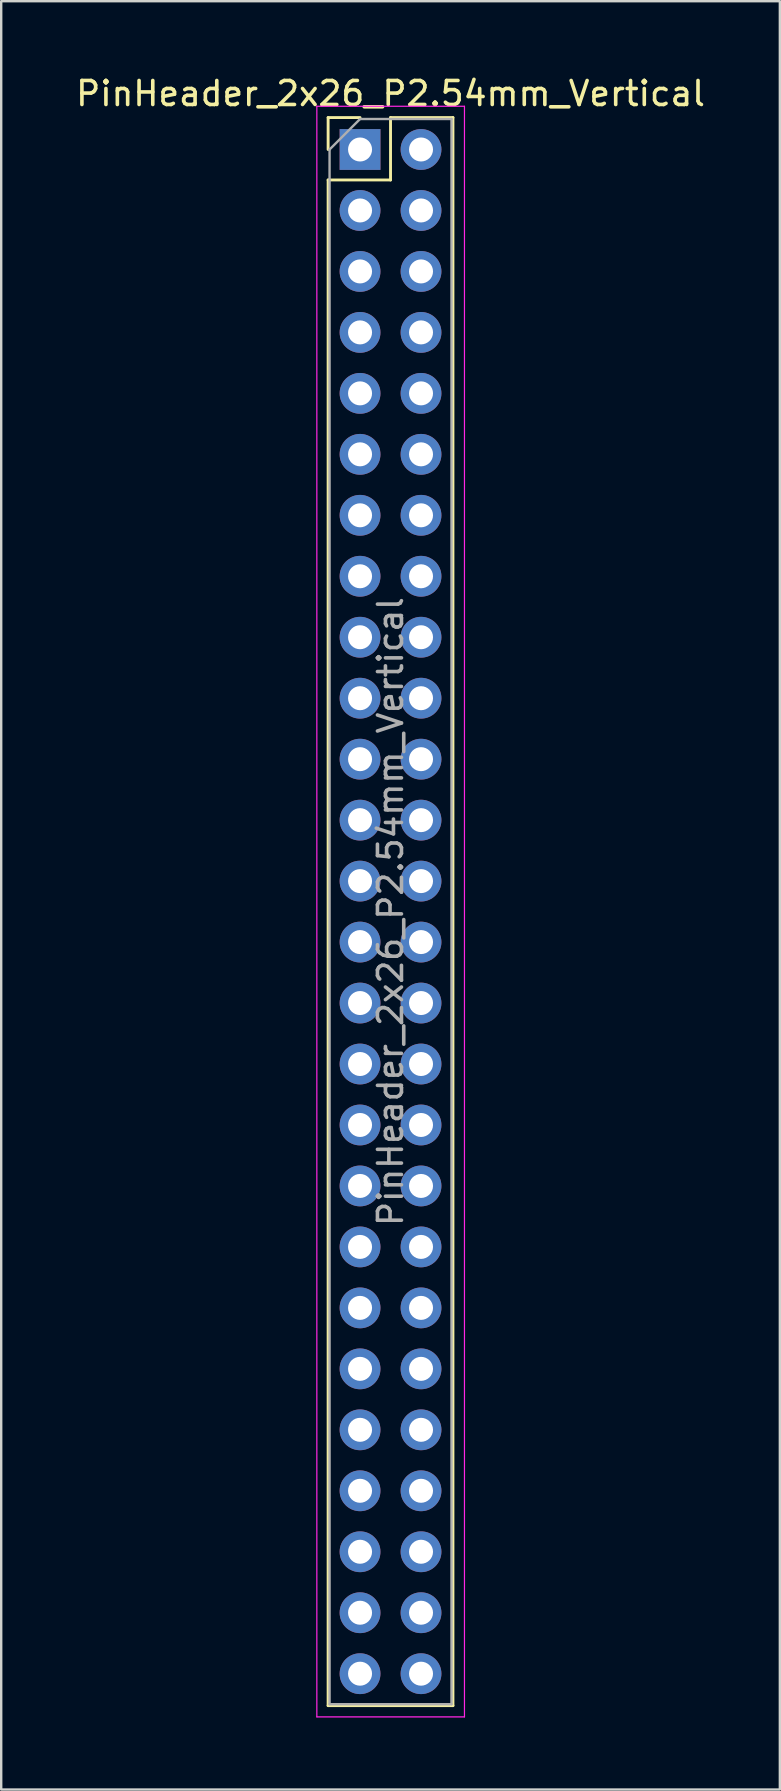
<source format=kicad_pcb>
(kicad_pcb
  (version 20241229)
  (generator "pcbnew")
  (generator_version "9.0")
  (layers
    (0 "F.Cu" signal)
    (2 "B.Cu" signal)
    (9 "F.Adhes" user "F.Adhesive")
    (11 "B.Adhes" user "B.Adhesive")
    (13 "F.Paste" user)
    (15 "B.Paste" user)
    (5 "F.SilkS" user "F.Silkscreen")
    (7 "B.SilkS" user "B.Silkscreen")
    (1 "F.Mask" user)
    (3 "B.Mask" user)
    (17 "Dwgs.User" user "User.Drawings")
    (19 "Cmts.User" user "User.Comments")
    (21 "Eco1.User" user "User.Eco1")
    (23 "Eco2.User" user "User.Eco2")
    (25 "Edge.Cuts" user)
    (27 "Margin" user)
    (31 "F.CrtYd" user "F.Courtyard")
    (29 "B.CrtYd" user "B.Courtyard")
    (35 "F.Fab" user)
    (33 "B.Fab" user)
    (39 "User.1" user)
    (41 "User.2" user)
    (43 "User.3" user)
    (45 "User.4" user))
  (footprint "PinHeader_2x26_P2.54mm_Vertical"
    (layer "F.Cu")
    (at 11.95 3.178)
    (property "Reference" "PinHeader_2x26_P2.54mm_Vertical" (at 1.27 -2.33 0) (layer "F.SilkS") (effects (font (size 1 1) (thickness 0.15))))
    (attr through_hole)
    (fp_line (start -1.33 -1.33) (end 0 -1.33) (stroke (width 0.12) (type solid)) (layer "F.SilkS"))
    (fp_line (start -1.33 0) (end -1.33 -1.33) (stroke (width 0.12) (type solid)) (layer "F.SilkS"))
    (fp_line (start -1.33 1.27) (end -1.33 64.83) (stroke (width 0.12) (type solid)) (layer "F.SilkS"))
    (fp_line (start -1.33 1.27) (end 1.27 1.27) (stroke (width 0.12) (type solid)) (layer "F.SilkS"))
    (fp_line (start -1.33 64.83) (end 3.87 64.83) (stroke (width 0.12) (type solid)) (layer "F.SilkS"))
    (fp_line (start 1.27 -1.33) (end 3.87 -1.33) (stroke (width 0.12) (type solid)) (layer "F.SilkS"))
    (fp_line (start 1.27 1.27) (end 1.27 -1.33) (stroke (width 0.12) (type solid)) (layer "F.SilkS"))
    (fp_line (start 3.87 -1.33) (end 3.87 64.83) (stroke (width 0.12) (type solid)) (layer "F.SilkS"))
    (fp_line (start -1.8 -1.8) (end -1.8 65.3) (stroke (width 0.05) (type solid)) (layer "F.CrtYd"))
    (fp_line (start -1.8 65.3) (end 4.35 65.3) (stroke (width 0.05) (type solid)) (layer "F.CrtYd"))
    (fp_line (start 4.35 -1.8) (end -1.8 -1.8) (stroke (width 0.05) (type solid)) (layer "F.CrtYd"))
    (fp_line (start 4.35 65.3) (end 4.35 -1.8) (stroke (width 0.05) (type solid)) (layer "F.CrtYd"))
    (fp_line (start -1.27 0) (end 0 -1.27) (stroke (width 0.1) (type solid)) (layer "F.Fab"))
    (fp_line (start -1.27 64.77) (end -1.27 0) (stroke (width 0.1) (type solid)) (layer "F.Fab"))
    (fp_line (start 0 -1.27) (end 3.81 -1.27) (stroke (width 0.1) (type solid)) (layer "F.Fab"))
    (fp_line (start 3.81 -1.27) (end 3.81 64.77) (stroke (width 0.1) (type solid)) (layer "F.Fab"))
    (fp_line (start 3.81 64.77) (end -1.27 64.77) (stroke (width 0.1) (type solid)) (layer "F.Fab"))
    (fp_text user "${REFERENCE}" (at 1.27 31.75 90) (layer "F.Fab") (effects (font (size 1 1) (thickness 0.15))))
    (pad "1" thru_hole rect (at 0 0) (size 1.7 1.7) (drill 1) (layers "*.Cu" "*.Mask"))
    (pad "2" thru_hole oval (at 2.54 0) (size 1.7 1.7) (drill 1) (layers "*.Cu" "*.Mask"))
    (pad "3" thru_hole oval (at 0 2.54) (size 1.7 1.7) (drill 1) (layers "*.Cu" "*.Mask"))
    (pad "4" thru_hole oval (at 2.54 2.54) (size 1.7 1.7) (drill 1) (layers "*.Cu" "*.Mask"))
    (pad "5" thru_hole oval (at 0 5.08) (size 1.7 1.7) (drill 1) (layers "*.Cu" "*.Mask"))
    (pad "6" thru_hole oval (at 2.54 5.08) (size 1.7 1.7) (drill 1) (layers "*.Cu" "*.Mask"))
    (pad "7" thru_hole oval (at 0 7.62) (size 1.7 1.7) (drill 1) (layers "*.Cu" "*.Mask"))
    (pad "8" thru_hole oval (at 2.54 7.62) (size 1.7 1.7) (drill 1) (layers "*.Cu" "*.Mask"))
    (pad "9" thru_hole oval (at 0 10.16) (size 1.7 1.7) (drill 1) (layers "*.Cu" "*.Mask"))
    (pad "10" thru_hole oval (at 2.54 10.16) (size 1.7 1.7) (drill 1) (layers "*.Cu" "*.Mask"))
    (pad "11" thru_hole oval (at 0 12.7) (size 1.7 1.7) (drill 1) (layers "*.Cu" "*.Mask"))
    (pad "12" thru_hole oval (at 2.54 12.7) (size 1.7 1.7) (drill 1) (layers "*.Cu" "*.Mask"))
    (pad "13" thru_hole oval (at 0 15.24) (size 1.7 1.7) (drill 1) (layers "*.Cu" "*.Mask"))
    (pad "14" thru_hole oval (at 2.54 15.24) (size 1.7 1.7) (drill 1) (layers "*.Cu" "*.Mask"))
    (pad "15" thru_hole oval (at 0 17.78) (size 1.7 1.7) (drill 1) (layers "*.Cu" "*.Mask"))
    (pad "16" thru_hole oval (at 2.54 17.78) (size 1.7 1.7) (drill 1) (layers "*.Cu" "*.Mask"))
    (pad "17" thru_hole oval (at 0 20.32) (size 1.7 1.7) (drill 1) (layers "*.Cu" "*.Mask"))
    (pad "18" thru_hole oval (at 2.54 20.32) (size 1.7 1.7) (drill 1) (layers "*.Cu" "*.Mask"))
    (pad "19" thru_hole oval (at 0 22.86) (size 1.7 1.7) (drill 1) (layers "*.Cu" "*.Mask"))
    (pad "20" thru_hole oval (at 2.54 22.86) (size 1.7 1.7) (drill 1) (layers "*.Cu" "*.Mask"))
    (pad "21" thru_hole oval (at 0 25.4) (size 1.7 1.7) (drill 1) (layers "*.Cu" "*.Mask"))
    (pad "22" thru_hole oval (at 2.54 25.4) (size 1.7 1.7) (drill 1) (layers "*.Cu" "*.Mask"))
    (pad "23" thru_hole oval (at 0 27.94) (size 1.7 1.7) (drill 1) (layers "*.Cu" "*.Mask"))
    (pad "24" thru_hole oval (at 2.54 27.94) (size 1.7 1.7) (drill 1) (layers "*.Cu" "*.Mask"))
    (pad "25" thru_hole oval (at 0 30.48) (size 1.7 1.7) (drill 1) (layers "*.Cu" "*.Mask"))
    (pad "26" thru_hole oval (at 2.54 30.48) (size 1.7 1.7) (drill 1) (layers "*.Cu" "*.Mask"))
    (pad "27" thru_hole oval (at 0 33.02) (size 1.7 1.7) (drill 1) (layers "*.Cu" "*.Mask"))
    (pad "28" thru_hole oval (at 2.54 33.02) (size 1.7 1.7) (drill 1) (layers "*.Cu" "*.Mask"))
    (pad "29" thru_hole oval (at 0 35.56) (size 1.7 1.7) (drill 1) (layers "*.Cu" "*.Mask"))
    (pad "30" thru_hole oval (at 2.54 35.56) (size 1.7 1.7) (drill 1) (layers "*.Cu" "*.Mask"))
    (pad "31" thru_hole oval (at 0 38.1) (size 1.7 1.7) (drill 1) (layers "*.Cu" "*.Mask"))
    (pad "32" thru_hole oval (at 2.54 38.1) (size 1.7 1.7) (drill 1) (layers "*.Cu" "*.Mask"))
    (pad "33" thru_hole oval (at 0 40.64) (size 1.7 1.7) (drill 1) (layers "*.Cu" "*.Mask"))
    (pad "34" thru_hole oval (at 2.54 40.64) (size 1.7 1.7) (drill 1) (layers "*.Cu" "*.Mask"))
    (pad "35" thru_hole oval (at 0 43.18) (size 1.7 1.7) (drill 1) (layers "*.Cu" "*.Mask"))
    (pad "36" thru_hole oval (at 2.54 43.18) (size 1.7 1.7) (drill 1) (layers "*.Cu" "*.Mask"))
    (pad "37" thru_hole oval (at 0 45.72) (size 1.7 1.7) (drill 1) (layers "*.Cu" "*.Mask"))
    (pad "38" thru_hole oval (at 2.54 45.72) (size 1.7 1.7) (drill 1) (layers "*.Cu" "*.Mask"))
    (pad "39" thru_hole oval (at 0 48.26) (size 1.7 1.7) (drill 1) (layers "*.Cu" "*.Mask"))
    (pad "40" thru_hole oval (at 2.54 48.26) (size 1.7 1.7) (drill 1) (layers "*.Cu" "*.Mask"))
    (pad "41" thru_hole oval (at 0 50.8) (size 1.7 1.7) (drill 1) (layers "*.Cu" "*.Mask"))
    (pad "42" thru_hole oval (at 2.54 50.8) (size 1.7 1.7) (drill 1) (layers "*.Cu" "*.Mask"))
    (pad "43" thru_hole oval (at 0 53.34) (size 1.7 1.7) (drill 1) (layers "*.Cu" "*.Mask"))
    (pad "44" thru_hole oval (at 2.54 53.34) (size 1.7 1.7) (drill 1) (layers "*.Cu" "*.Mask"))
    (pad "45" thru_hole oval (at 0 55.88) (size 1.7 1.7) (drill 1) (layers "*.Cu" "*.Mask"))
    (pad "46" thru_hole oval (at 2.54 55.88) (size 1.7 1.7) (drill 1) (layers "*.Cu" "*.Mask"))
    (pad "47" thru_hole oval (at 0 58.42) (size 1.7 1.7) (drill 1) (layers "*.Cu" "*.Mask"))
    (pad "48" thru_hole oval (at 2.54 58.42) (size 1.7 1.7) (drill 1) (layers "*.Cu" "*.Mask"))
    (pad "49" thru_hole oval (at 0 60.96) (size 1.7 1.7) (drill 1) (layers "*.Cu" "*.Mask"))
    (pad "50" thru_hole oval (at 2.54 60.96) (size 1.7 1.7) (drill 1) (layers "*.Cu" "*.Mask"))
    (pad "51" thru_hole oval (at 0 63.5) (size 1.7 1.7) (drill 1) (layers "*.Cu" "*.Mask"))
    (pad "52" thru_hole oval (at 2.54 63.5) (size 1.7 1.7) (drill 1) (layers "*.Cu" "*.Mask")))
  (gr_rect
    (start -3 -3)
    (end 29.44 71.503)
    (stroke (width 0.1) (type default))
    (fill no)
    (layer "Edge.Cuts")))
</source>
